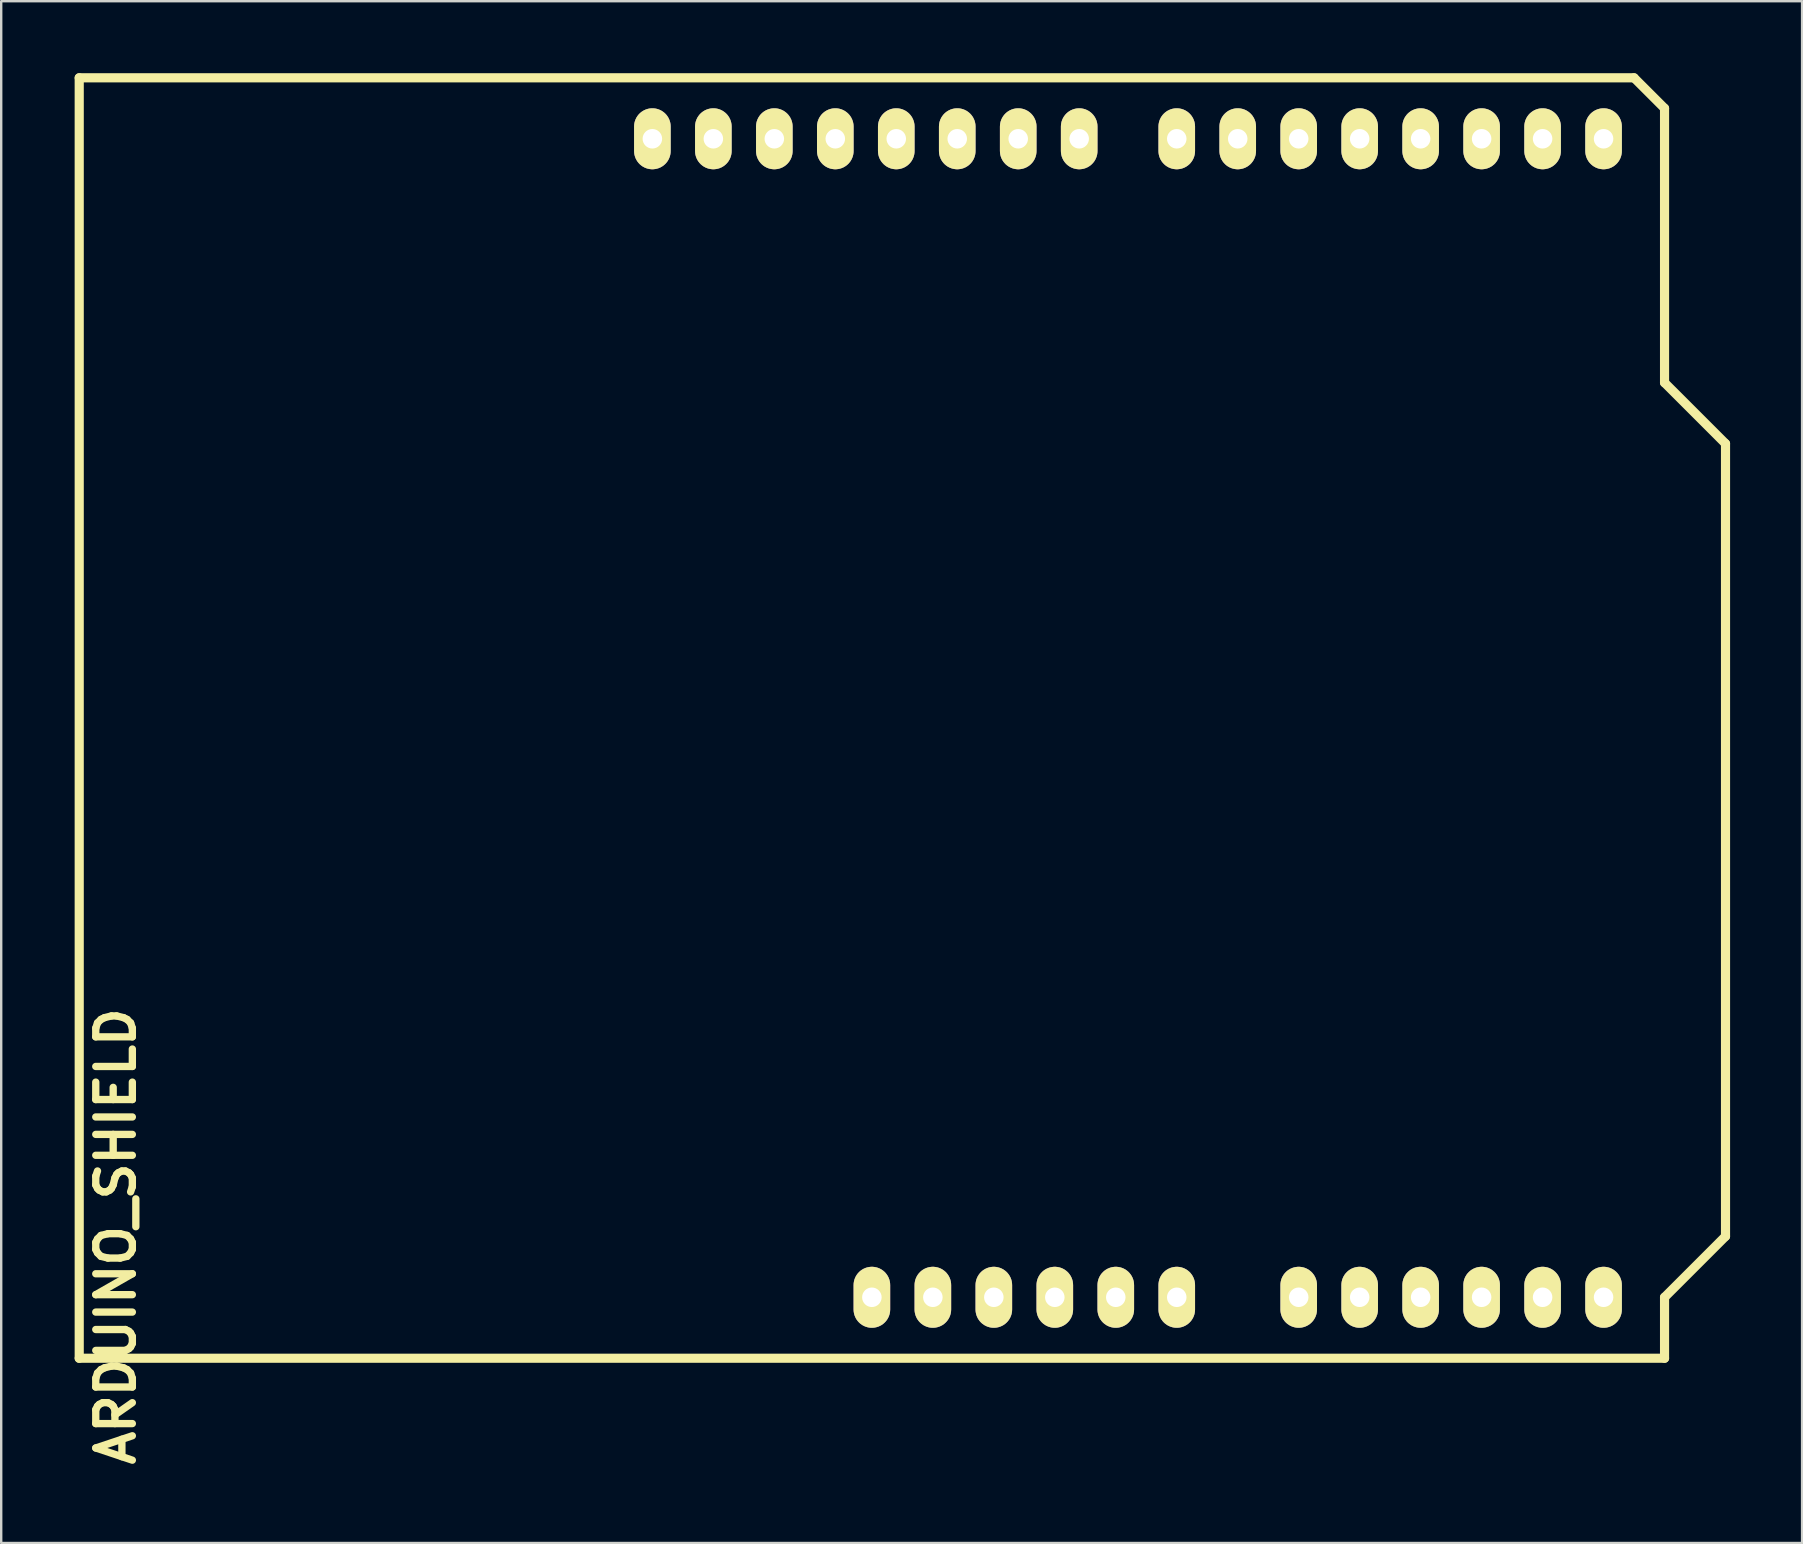
<source format=kicad_pcb>
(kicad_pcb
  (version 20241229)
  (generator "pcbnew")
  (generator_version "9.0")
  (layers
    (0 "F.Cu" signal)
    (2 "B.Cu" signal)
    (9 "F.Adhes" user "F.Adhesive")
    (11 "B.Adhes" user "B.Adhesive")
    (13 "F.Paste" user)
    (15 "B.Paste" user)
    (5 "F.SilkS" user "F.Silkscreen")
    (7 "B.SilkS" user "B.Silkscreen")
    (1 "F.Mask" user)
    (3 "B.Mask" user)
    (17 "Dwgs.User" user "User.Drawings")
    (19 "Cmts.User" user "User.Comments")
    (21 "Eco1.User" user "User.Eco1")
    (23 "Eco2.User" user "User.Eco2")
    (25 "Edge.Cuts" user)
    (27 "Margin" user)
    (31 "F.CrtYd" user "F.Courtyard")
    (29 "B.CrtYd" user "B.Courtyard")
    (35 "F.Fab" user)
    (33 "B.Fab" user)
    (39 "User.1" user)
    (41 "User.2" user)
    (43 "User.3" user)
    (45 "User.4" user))
  (footprint "ARDUINO_SHIELD"
    (layer "F.Cu")
    (at 0.25 53.531)
    (property "Reference" "ARDUINO_SHIELD" (at 1.524 -5.08 90) (layer "F.SilkS") (effects (font (size 1.524 1.524) (thickness 0.305))))
    (attr through_hole)
    (fp_line (start 0 0) (end 0 -53.34) (stroke (width 0.381) (type solid)) (layer "F.SilkS"))
    (fp_line (start 64.77 -53.34) (end 0 -53.34) (stroke (width 0.381) (type solid)) (layer "F.SilkS"))
    (fp_line (start 66.04 -52.07) (end 64.77 -53.34) (stroke (width 0.381) (type solid)) (layer "F.SilkS"))
    (fp_line (start 66.04 -40.64) (end 66.04 -52.07) (stroke (width 0.381) (type solid)) (layer "F.SilkS"))
    (fp_line (start 66.04 -40.64) (end 68.58 -38.1) (stroke (width 0.381) (type solid)) (layer "F.SilkS"))
    (fp_line (start 66.04 -2.54) (end 66.04 0) (stroke (width 0.381) (type solid)) (layer "F.SilkS"))
    (fp_line (start 66.04 0) (end 0 0) (stroke (width 0.381) (type solid)) (layer "F.SilkS"))
    (fp_line (start 68.58 -38.1) (end 68.58 -5.08) (stroke (width 0.381) (type solid)) (layer "F.SilkS"))
    (fp_line (start 68.58 -5.08) (end 66.04 -2.54) (stroke (width 0.381) (type solid)) (layer "F.SilkS"))
    (pad "0" thru_hole oval (at 63.5 -50.8 90) (size 2.54 1.524) (drill 0.813) (layers "*.Cu" "*.Mask" "F.SilkS"))
    (pad "1" thru_hole oval (at 60.96 -50.8 90) (size 2.54 1.524) (drill 0.813) (layers "*.Cu" "*.Mask" "F.SilkS"))
    (pad "2" thru_hole oval (at 58.42 -50.8 90) (size 2.54 1.524) (drill 0.813) (layers "*.Cu" "*.Mask" "F.SilkS"))
    (pad "3" thru_hole oval (at 55.88 -50.8 90) (size 2.54 1.524) (drill 0.813) (layers "*.Cu" "*.Mask" "F.SilkS"))
    (pad "3V3" thru_hole oval (at 35.56 -2.54 90) (size 2.54 1.524) (drill 0.813) (layers "*.Cu" "*.Mask" "F.SilkS"))
    (pad "4" thru_hole oval (at 53.34 -50.8 90) (size 2.54 1.524) (drill 0.813) (layers "*.Cu" "*.Mask" "F.SilkS"))
    (pad "5" thru_hole oval (at 50.8 -50.8 90) (size 2.54 1.524) (drill 0.813) (layers "*.Cu" "*.Mask" "F.SilkS"))
    (pad "5V" thru_hole oval (at 38.1 -2.54 90) (size 2.54 1.524) (drill 0.813) (layers "*.Cu" "*.Mask" "F.SilkS"))
    (pad "6" thru_hole oval (at 48.26 -50.8 90) (size 2.54 1.524) (drill 0.813) (layers "*.Cu" "*.Mask" "F.SilkS"))
    (pad "7" thru_hole oval (at 45.72 -50.8 90) (size 2.54 1.524) (drill 0.813) (layers "*.Cu" "*.Mask" "F.SilkS"))
    (pad "8" thru_hole oval (at 41.656 -50.8 90) (size 2.54 1.524) (drill 0.813) (layers "*.Cu" "*.Mask" "F.SilkS"))
    (pad "9" thru_hole oval (at 39.116 -50.8 90) (size 2.54 1.524) (drill 0.813) (layers "*.Cu" "*.Mask" "F.SilkS"))
    (pad "10" thru_hole oval (at 36.576 -50.8 90) (size 2.54 1.524) (drill 0.813) (layers "*.Cu" "*.Mask" "F.SilkS"))
    (pad "11" thru_hole oval (at 34.036 -50.8 90) (size 2.54 1.524) (drill 0.813) (layers "*.Cu" "*.Mask" "F.SilkS"))
    (pad "12" thru_hole oval (at 31.496 -50.8 90) (size 2.54 1.524) (drill 0.813) (layers "*.Cu" "*.Mask" "F.SilkS"))
    (pad "13" thru_hole oval (at 28.956 -50.8 90) (size 2.54 1.524) (drill 0.813) (layers "*.Cu" "*.Mask" "F.SilkS"))
    (pad "AD0" thru_hole oval (at 50.8 -2.54 90) (size 2.54 1.524) (drill 0.813) (layers "*.Cu" "*.Mask" "F.SilkS"))
    (pad "AD1" thru_hole oval (at 53.34 -2.54 90) (size 2.54 1.524) (drill 0.813) (layers "*.Cu" "*.Mask" "F.SilkS"))
    (pad "AD2" thru_hole oval (at 55.88 -2.54 90) (size 2.54 1.524) (drill 0.813) (layers "*.Cu" "*.Mask" "F.SilkS"))
    (pad "AD3" thru_hole oval (at 58.42 -2.54 90) (size 2.54 1.524) (drill 0.813) (layers "*.Cu" "*.Mask" "F.SilkS"))
    (pad "AD4" thru_hole oval (at 60.96 -2.54 90) (size 2.54 1.524) (drill 0.813) (layers "*.Cu" "*.Mask" "F.SilkS"))
    (pad "AD5" thru_hole oval (at 63.5 -2.54 90) (size 2.54 1.524) (drill 0.813) (layers "*.Cu" "*.Mask" "F.SilkS"))
    (pad "AREF" thru_hole oval (at 23.876 -50.8 90) (size 2.54 1.524) (drill 0.813) (layers "*.Cu" "*.Mask" "F.SilkS"))
    (pad "GND1" thru_hole oval (at 40.64 -2.54 90) (size 2.54 1.524) (drill 0.813) (layers "*.Cu" "*.Mask" "F.SilkS"))
    (pad "GND2" thru_hole oval (at 43.18 -2.54 90) (size 2.54 1.524) (drill 0.813) (layers "*.Cu" "*.Mask" "F.SilkS"))
    (pad "GND3" thru_hole oval (at 26.416 -50.8 90) (size 2.54 1.524) (drill 0.813) (layers "*.Cu" "*.Mask" "F.SilkS"))
    (pad "RST" thru_hole oval (at 33.02 -2.54 90) (size 2.54 1.524) (drill 0.813) (layers "*.Cu" "*.Mask" "F.SilkS"))
    (pad "V_IN" thru_hole oval (at 45.72 -2.54 90) (size 2.54 1.524) (drill 0.813) (layers "*.Cu" "*.Mask" "F.SilkS")))
  (gr_rect
    (start -3 -3)
    (end 72.02 61.226)
    (stroke (width 0.1) (type default))
    (fill no)
    (layer "Edge.Cuts")))
</source>
